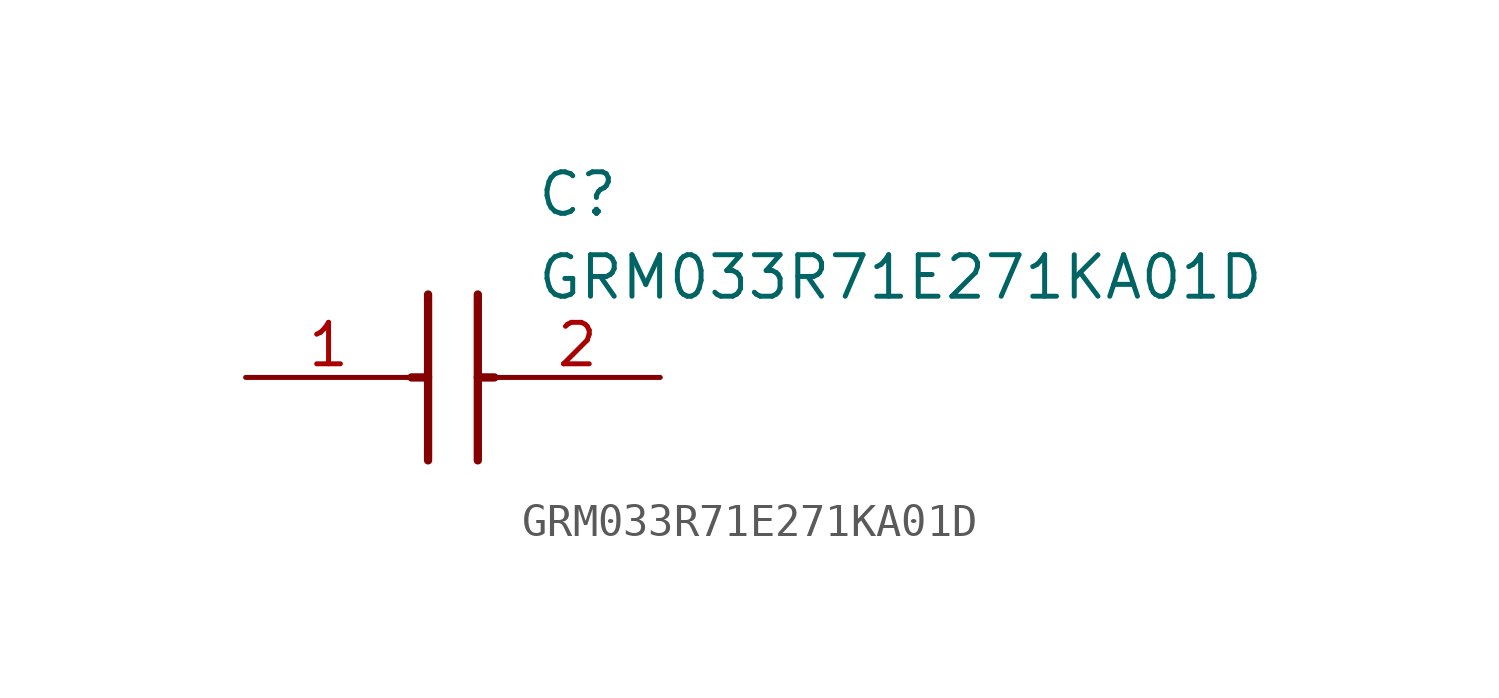
<source format=kicad_sym>
(kicad_symbol_lib
  (version 20211014)
  (generator SamacSys_ECAD_Model)
  (symbol "GRM033R71E271KA01D"
    (pin_names hide)
    (property "Reference" "C"
      (at 8.89 6.35 0)
      (effects (font (size 1.27 1.27)) (justify left top)))
    (property "Value" "GRM033R71E271KA01D"
      (at 8.89 3.81 0)
      (effects (font (size 1.27 1.27)) (justify left top)))
    (polyline
      (pts (xy 5.588 2.54) (xy 5.588 -2.54))
      (stroke (width 0.254) (type default))
      (fill (type none)))
    (polyline
      (pts (xy 7.112 2.54) (xy 7.112 -2.54))
      (stroke (width 0.254) (type default))
      (fill (type none)))
    (polyline
      (pts (xy 5.08 0) (xy 5.588 0))
      (stroke (width 0.254) (type default))
      (fill (type none)))
    (polyline
      (pts (xy 7.112 0) (xy 7.62 0))
      (stroke (width 0.254) (type default))
      (fill (type none)))
    (pin passive line
      (at 0 0 0)
      (length 5.08)
      (name "1" (effects (font (size 1.27 1.27))))
      (number "1" (effects (font (size 1.27 1.27)))))
    (pin passive line
      (at 12.7 0 180)
      (length 5.08)
      (name "2" (effects (font (size 1.27 1.27))))
      (number "2" (effects (font (size 1.27 1.27)))))))
</source>
